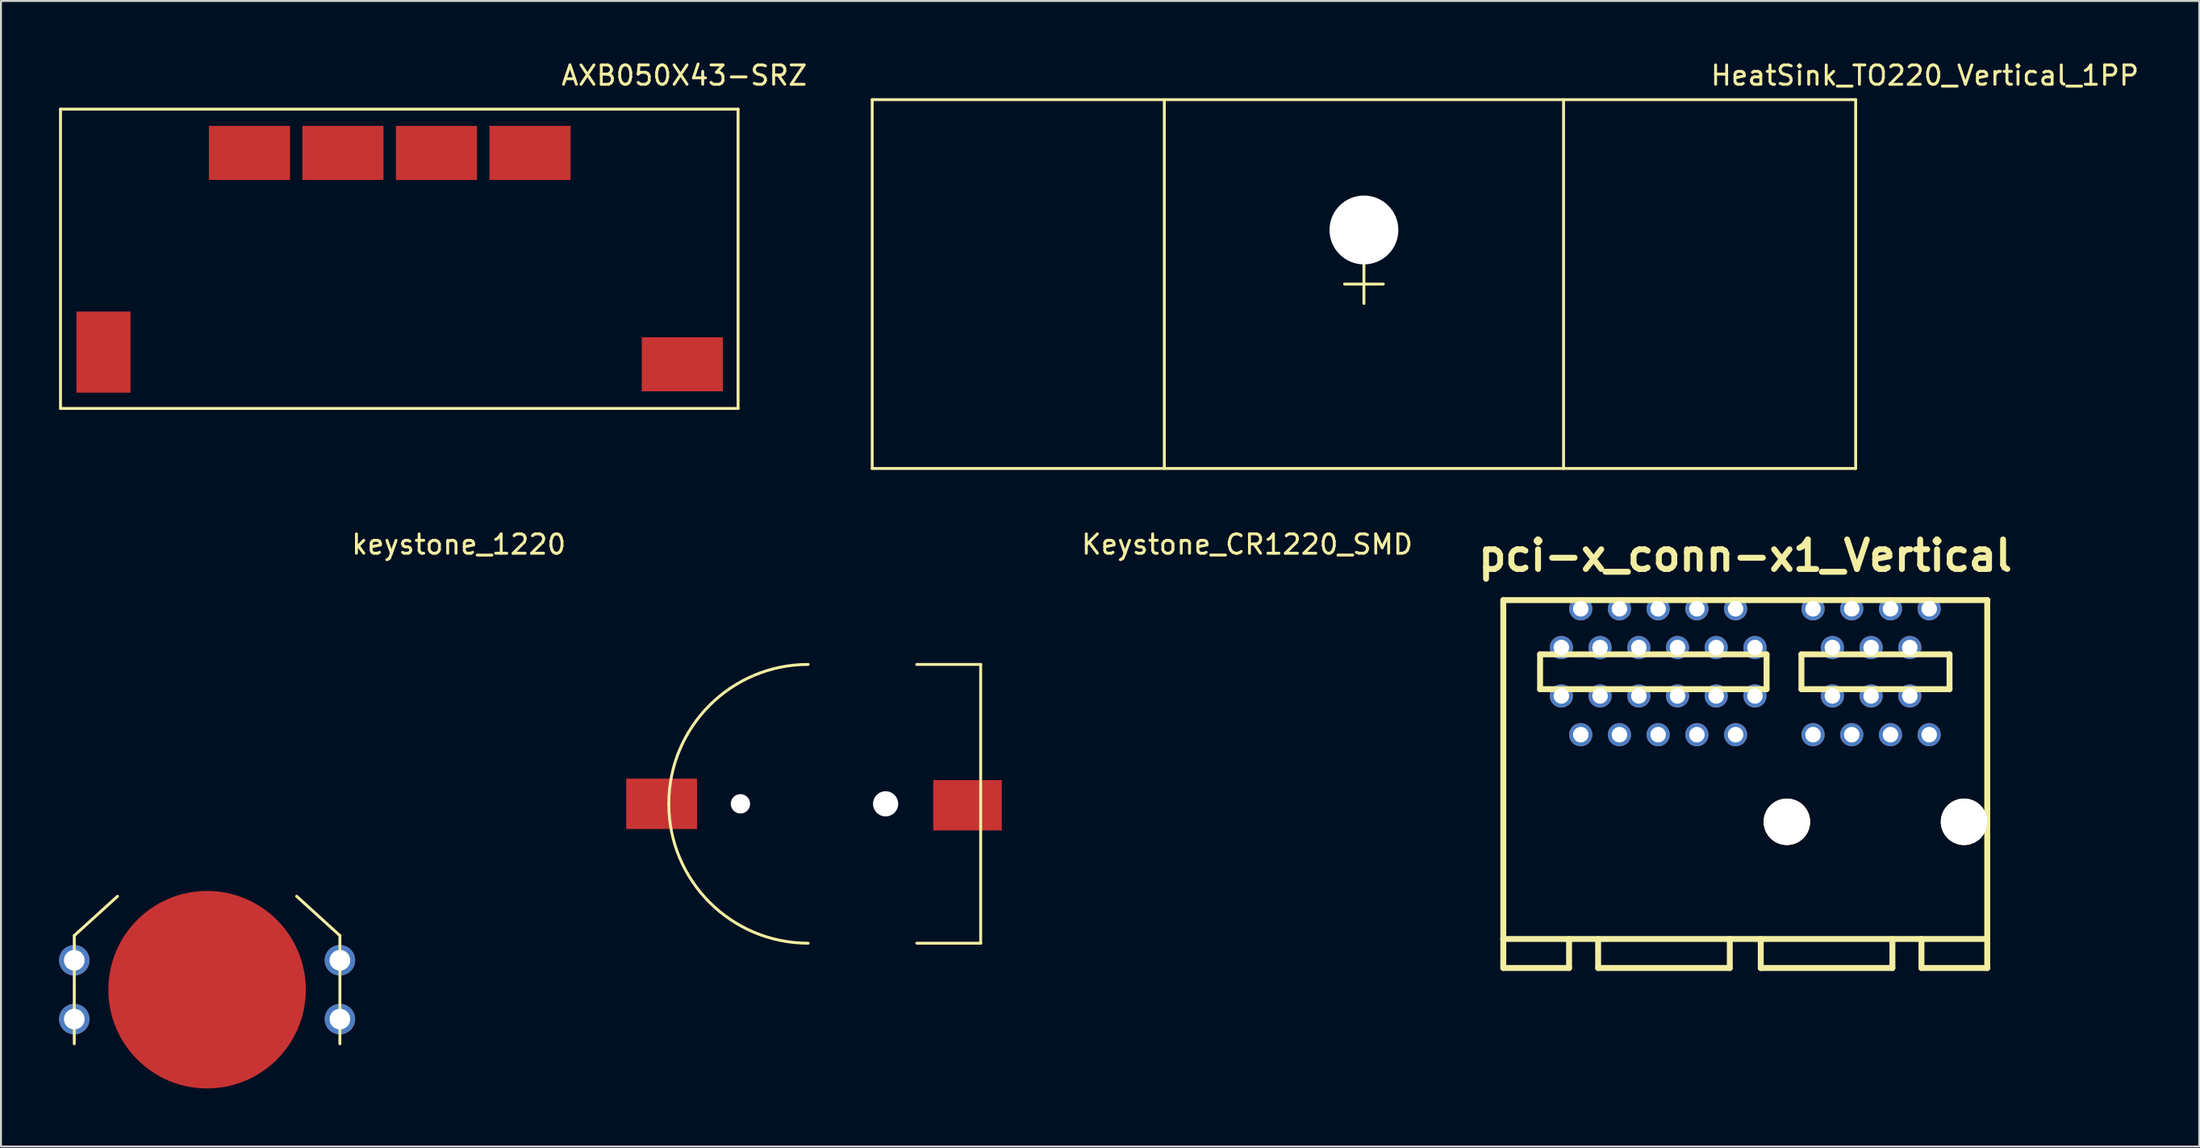
<source format=kicad_pcb>
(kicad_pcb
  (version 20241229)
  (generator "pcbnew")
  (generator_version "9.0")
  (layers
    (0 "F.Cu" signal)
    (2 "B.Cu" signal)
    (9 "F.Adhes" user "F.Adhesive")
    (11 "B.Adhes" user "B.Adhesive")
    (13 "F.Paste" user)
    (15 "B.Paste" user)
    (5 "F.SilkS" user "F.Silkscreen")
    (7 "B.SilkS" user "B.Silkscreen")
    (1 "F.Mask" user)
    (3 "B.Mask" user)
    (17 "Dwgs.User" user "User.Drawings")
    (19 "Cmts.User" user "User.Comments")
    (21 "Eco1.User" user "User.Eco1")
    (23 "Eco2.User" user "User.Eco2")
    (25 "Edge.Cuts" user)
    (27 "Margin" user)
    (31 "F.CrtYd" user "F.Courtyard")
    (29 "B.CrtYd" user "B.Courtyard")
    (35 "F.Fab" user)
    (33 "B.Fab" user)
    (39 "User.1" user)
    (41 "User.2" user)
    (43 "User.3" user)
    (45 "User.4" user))
  (footprint "HeatSink_TO220_Vertical_1PP"
    (layer "F.Cu")
    (at 42.003 2.098)
    (property "Reference" "HeatSink_TO220_Vertical_1PP" (at 54.375 -1.25 0) (layer "F.SilkS") (effects (font (size 1 1) (thickness 0.15))))
    (attr through_hole)
    (fp_line (start 0 0) (end 0 19.05) (stroke (width 0.15) (type solid)) (layer "F.SilkS"))
    (fp_line (start 0 0) (end 50.8 0) (stroke (width 0.15) (type solid)) (layer "F.SilkS"))
    (fp_line (start 0 19.05) (end 50.8 19.05) (stroke (width 0.15) (type solid)) (layer "F.SilkS"))
    (fp_line (start 15.088 0) (end 15.088 19.05) (stroke (width 0.15) (type solid)) (layer "F.SilkS"))
    (fp_line (start 24.4 9.525) (end 26.4 9.525) (stroke (width 0.15) (type solid)) (layer "F.SilkS"))
    (fp_line (start 25.4 8.525) (end 25.4 10.525) (stroke (width 0.15) (type solid)) (layer "F.SilkS"))
    (fp_line (start 35.712 0) (end 35.712 19.05) (stroke (width 0.15) (type solid)) (layer "F.SilkS"))
    (fp_line (start 50.8 0) (end 50.8 19.05) (stroke (width 0.15) (type solid)) (layer "F.SilkS"))
    (pad "" np_thru_hole circle (at 25.4 6.731) (size 3.556 3.556) (drill 3.556) (layers "*.Cu" "*.Mask")))
  (footprint "AXB050X43-SRZ"
    (layer "F.Cu")
    (at 0.295 2.848)
    (property "Reference" "AXB050X43-SRZ" (at 32 -2 0) (layer "F.SilkS") (effects (font (size 1 1) (thickness 0.15))))
    (attr through_hole)
    (fp_line (start -0.22 -0.26) (end -0.22 15.2) (stroke (width 0.15) (type solid)) (layer "F.SilkS"))
    (fp_line (start -0.22 -0.26) (end 34.78 -0.26) (stroke (width 0.15) (type solid)) (layer "F.SilkS"))
    (fp_line (start -0.22 15.2) (end 34.78 15.2) (stroke (width 0.15) (type solid)) (layer "F.SilkS"))
    (fp_line (start 34.78 -0.26) (end 34.78 15.2) (stroke (width 0.15) (type solid)) (layer "F.SilkS"))
    (pad "1" smd rect (at 2 12.29 90) (size 4.19 2.79) (layers "F.Cu" "F.Mask" "F.Paste"))
    (pad "2" smd rect (at 31.9 12.92) (size 4.19 2.79) (layers "F.Cu" "F.Mask" "F.Paste"))
    (pad "3" smd rect (at 24.03 2) (size 4.19 2.79) (layers "F.Cu" "F.Mask" "F.Paste"))
    (pad "4" smd rect (at 19.2 2) (size 4.19 2.79) (layers "F.Cu" "F.Mask" "F.Paste"))
    (pad "5" smd rect (at 14.37 2) (size 4.19 2.79) (layers "F.Cu" "F.Mask" "F.Paste"))
    (pad "6" smd rect (at 9.54 2) (size 4.19 2.79) (layers "F.Cu" "F.Mask" "F.Paste")))
  (footprint "pci-x_conn-x1_Vertical"
    (layer "F.Cu")
    (at 87.101 31.649)
    (property "Reference" "pci-x_conn-x1_Vertical" (at 0 -5.999 0) (layer "F.SilkS") (effects (font (size 1.524 1.524) (thickness 0.305))))
    (attr through_hole)
    (fp_line (start -12.499 -3.701) (end -12.499 13.803) (stroke (width 0.305) (type solid)) (layer "F.SilkS"))
    (fp_line (start -12.499 13.803) (end -12.499 15.301) (stroke (width 0.305) (type solid)) (layer "F.SilkS"))
    (fp_line (start -12.499 13.803) (end 12.499 13.803) (stroke (width 0.305) (type solid)) (layer "F.SilkS"))
    (fp_line (start -12.499 15.301) (end -9.101 15.301) (stroke (width 0.305) (type solid)) (layer "F.SilkS"))
    (fp_line (start -10.599 -0.899) (end -10.599 0.899) (stroke (width 0.305) (type solid)) (layer "F.SilkS"))
    (fp_line (start -9.101 13.803) (end -9.101 15.301) (stroke (width 0.305) (type solid)) (layer "F.SilkS"))
    (fp_line (start -7.6 13.803) (end -7.6 15.301) (stroke (width 0.305) (type solid)) (layer "F.SilkS"))
    (fp_line (start -7.6 15.301) (end -0.8 15.301) (stroke (width 0.305) (type solid)) (layer "F.SilkS"))
    (fp_line (start -0.8 13.803) (end -0.8 15.301) (stroke (width 0.305) (type solid)) (layer "F.SilkS"))
    (fp_line (start 0.8 13.803) (end 0.8 15.301) (stroke (width 0.305) (type solid)) (layer "F.SilkS"))
    (fp_line (start 0.8 15.301) (end 7.6 15.301) (stroke (width 0.305) (type solid)) (layer "F.SilkS"))
    (fp_line (start 1.1 -0.899) (end -10.599 -0.899) (stroke (width 0.305) (type solid)) (layer "F.SilkS"))
    (fp_line (start 1.1 0.899) (end -10.599 0.899) (stroke (width 0.305) (type solid)) (layer "F.SilkS"))
    (fp_line (start 1.1 0.899) (end 1.1 -0.899) (stroke (width 0.305) (type solid)) (layer "F.SilkS"))
    (fp_line (start 2.901 -0.899) (end 10.551 -0.899) (stroke (width 0.305) (type solid)) (layer "F.SilkS"))
    (fp_line (start 2.901 0.899) (end 2.901 -0.899) (stroke (width 0.305) (type solid)) (layer "F.SilkS"))
    (fp_line (start 7.6 13.803) (end 7.6 15.301) (stroke (width 0.305) (type solid)) (layer "F.SilkS"))
    (fp_line (start 9.101 13.803) (end 9.101 15.301) (stroke (width 0.305) (type solid)) (layer "F.SilkS"))
    (fp_line (start 9.101 15.301) (end 12.499 15.301) (stroke (width 0.305) (type solid)) (layer "F.SilkS"))
    (fp_line (start 10.551 -0.899) (end 10.551 0.899) (stroke (width 0.305) (type solid)) (layer "F.SilkS"))
    (fp_line (start 10.551 0.899) (end 2.901 0.899) (stroke (width 0.305) (type solid)) (layer "F.SilkS"))
    (fp_line (start 12.499 -3.701) (end -12.499 -3.701) (stroke (width 0.305) (type solid)) (layer "F.SilkS"))
    (fp_line (start 12.499 -3.701) (end 12.499 13.803) (stroke (width 0.305) (type solid)) (layer "F.SilkS"))
    (fp_line (start 12.499 13.803) (end 12.499 15.301) (stroke (width 0.305) (type solid)) (layer "F.SilkS"))
    (pad "" np_thru_hole circle (at 2.149 7.751) (size 2.4 2.4) (drill 2.4) (layers "*.Cu" "F.SilkS"))
    (pad "" np_thru_hole circle (at 11.3 7.751) (size 2.4 2.4) (drill 2.4) (layers "*.Cu" "F.SilkS"))
    (pad "A1" thru_hole circle (at -9.5 -1.25) (size 1.199 1.199) (drill 0.8) (layers "*.Cu" "*.Mask"))
    (pad "A2" thru_hole circle (at -8.499 -3.251) (size 1.199 1.199) (drill 0.8) (layers "*.Cu" "*.Mask"))
    (pad "A3" thru_hole circle (at -7.501 -1.25) (size 1.199 1.199) (drill 0.8) (layers "*.Cu" "*.Mask"))
    (pad "A4" thru_hole circle (at -6.5 -3.251) (size 1.199 1.199) (drill 0.8) (layers "*.Cu" "*.Mask"))
    (pad "A5" thru_hole circle (at -5.499 -1.25) (size 1.199 1.199) (drill 0.8) (layers "*.Cu" "*.Mask"))
    (pad "A6" thru_hole circle (at -4.501 -3.251) (size 1.199 1.199) (drill 0.8) (layers "*.Cu" "*.Mask"))
    (pad "A7" thru_hole circle (at -3.5 -1.25) (size 1.199 1.199) (drill 0.8) (layers "*.Cu" "*.Mask"))
    (pad "A8" thru_hole circle (at -2.499 -3.251) (size 1.199 1.199) (drill 0.8) (layers "*.Cu" "*.Mask"))
    (pad "A9" thru_hole circle (at -1.501 -1.25) (size 1.199 1.199) (drill 0.8) (layers "*.Cu" "*.Mask"))
    (pad "A10" thru_hole circle (at -0.5 -3.251) (size 1.199 1.199) (drill 0.8) (layers "*.Cu" "*.Mask"))
    (pad "A11" thru_hole circle (at 0.5 -1.25) (size 1.199 1.199) (drill 0.8) (layers "*.Cu" "*.Mask"))
    (pad "A12" thru_hole circle (at 3.5 -3.251) (size 1.199 1.199) (drill 0.8) (layers "*.Cu" "*.Mask"))
    (pad "A13" thru_hole circle (at 4.501 -1.25) (size 1.199 1.199) (drill 0.8) (layers "*.Cu" "*.Mask"))
    (pad "A14" thru_hole circle (at 5.499 -3.251) (size 1.199 1.199) (drill 0.8) (layers "*.Cu" "*.Mask"))
    (pad "A15" thru_hole circle (at 6.5 -1.25) (size 1.199 1.199) (drill 0.8) (layers "*.Cu" "*.Mask"))
    (pad "A16" thru_hole circle (at 7.501 -3.251) (size 1.199 1.199) (drill 0.8) (layers "*.Cu" "*.Mask"))
    (pad "A17" thru_hole circle (at 8.499 -1.25) (size 1.199 1.199) (drill 0.8) (layers "*.Cu" "*.Mask"))
    (pad "A18" thru_hole circle (at 9.5 -3.251) (size 1.199 1.199) (drill 0.8) (layers "*.Cu" "*.Mask"))
    (pad "B1" thru_hole circle (at -9.5 1.25) (size 1.199 1.199) (drill 0.8) (layers "*.Cu" "*.Mask"))
    (pad "B2" thru_hole circle (at -8.499 3.251) (size 1.199 1.199) (drill 0.8) (layers "*.Cu" "*.Mask"))
    (pad "B3" thru_hole circle (at -7.501 1.25) (size 1.199 1.199) (drill 0.8) (layers "*.Cu" "*.Mask"))
    (pad "B4" thru_hole circle (at -6.5 3.251) (size 1.199 1.199) (drill 0.8) (layers "*.Cu" "*.Mask"))
    (pad "B5" thru_hole circle (at -5.499 1.25) (size 1.199 1.199) (drill 0.8) (layers "*.Cu" "*.Mask"))
    (pad "B6" thru_hole circle (at -4.501 3.251) (size 1.199 1.199) (drill 0.8) (layers "*.Cu" "*.Mask"))
    (pad "B7" thru_hole circle (at -3.5 1.25) (size 1.199 1.199) (drill 0.8) (layers "*.Cu" "*.Mask"))
    (pad "B8" thru_hole circle (at -2.499 3.251) (size 1.199 1.199) (drill 0.8) (layers "*.Cu" "*.Mask"))
    (pad "B9" thru_hole circle (at -1.501 1.25) (size 1.199 1.199) (drill 0.8) (layers "*.Cu" "*.Mask"))
    (pad "B10" thru_hole circle (at -0.5 3.251) (size 1.199 1.199) (drill 0.8) (layers "*.Cu" "*.Mask"))
    (pad "B11" thru_hole circle (at 0.5 1.25) (size 1.199 1.199) (drill 0.8) (layers "*.Cu" "*.Mask"))
    (pad "B12" thru_hole circle (at 3.5 3.251) (size 1.199 1.199) (drill 0.8) (layers "*.Cu" "*.Mask"))
    (pad "B13" thru_hole circle (at 4.501 1.25) (size 1.199 1.199) (drill 0.8) (layers "*.Cu" "*.Mask"))
    (pad "B14" thru_hole circle (at 5.499 3.251) (size 1.199 1.199) (drill 0.8) (layers "*.Cu" "*.Mask"))
    (pad "B15" thru_hole circle (at 6.5 1.25) (size 1.199 1.199) (drill 0.8) (layers "*.Cu" "*.Mask"))
    (pad "B16" thru_hole circle (at 7.501 3.251) (size 1.199 1.199) (drill 0.8) (layers "*.Cu" "*.Mask"))
    (pad "B17" thru_hole circle (at 8.499 1.25) (size 1.199 1.199) (drill 0.8) (layers "*.Cu" "*.Mask"))
    (pad "B18" thru_hole circle (at 9.5 3.251) (size 1.199 1.199) (drill 0.8) (layers "*.Cu" "*.Mask")))
  (footprint "Keystone_CR1220_SMD"
    (layer "F.Cu")
    (at 38.696 38.471)
    (property "Reference" "Keystone_CR1220_SMD" (at 22.675 -13.4 0) (layer "F.SilkS") (effects (font (size 1 1) (thickness 0.15))))
    (attr through_hole)
    (fp_line (start 5.61 -7.2) (end 8.91 -7.2) (stroke (width 0.15) (type solid)) (layer "F.SilkS"))
    (fp_line (start 5.61 7.2) (end 8.91 7.2) (stroke (width 0.15) (type solid)) (layer "F.SilkS"))
    (fp_line (start 8.91 -7.2) (end 8.91 7.2) (stroke (width 0.15) (type solid)) (layer "F.SilkS"))
    (fp_arc (start -7.2 0) (mid -5.091169 -5.091169) (end 0 -7.2) (stroke (width 0.15) (type solid)) (layer "F.SilkS"))
    (fp_arc (start 0 7.2) (mid -5.091169 5.091169) (end -7.2 0) (stroke (width 0.15) (type solid)) (layer "F.SilkS"))
    (pad "" np_thru_hole circle (at -3.5 0) (size 1 1) (drill 1) (layers "*.Cu" "*.Mask"))
    (pad "" np_thru_hole circle (at 4 0) (size 1.3 1.3) (drill 1.3) (layers "*.Cu" "*.Mask"))
    (pad "1" smd rect (at -7.57 0) (size 3.66 2.6) (layers "F.Cu" "F.Mask" "F.Paste"))
    (pad "2" smd rect (at 8.23 0.075) (size 3.54 2.6) (layers "F.Cu" "F.Mask" "F.Paste")))
  (footprint "keystone_1220"
    (layer "F.Cu")
    (at 7.647 48.072)
    (property "Reference" "keystone_1220" (at 13 -23 0) (layer "F.SilkS") (effects (font (size 1 1) (thickness 0.15))))
    (attr through_hole)
    (fp_line (start -6.86 -2.795) (end -6.86 2.795) (stroke (width 0.15) (type solid)) (layer "F.SilkS"))
    (fp_line (start -6.86 -2.795) (end -4.627 -4.825) (stroke (width 0.15) (type solid)) (layer "F.SilkS"))
    (fp_line (start 6.86 -2.795) (end 4.627 -4.825) (stroke (width 0.15) (type solid)) (layer "F.SilkS"))
    (fp_line (start 6.86 -2.795) (end 6.86 2.795) (stroke (width 0.15) (type solid)) (layer "F.SilkS"))
    (pad "1" smd circle (at 0 0) (size 10.2 10.2) (layers "F.Cu" "F.Mask" "F.Paste"))
    (pad "2" thru_hole circle (at -6.86 -1.52) (size 1.575 1.575) (drill 1.067) (layers "*.Cu" "*.Mask"))
    (pad "2" thru_hole circle (at -6.86 1.52) (size 1.575 1.575) (drill 1.067) (layers "*.Cu" "*.Mask"))
    (pad "2" thru_hole circle (at 6.86 -1.52) (size 1.575 1.575) (drill 1.067) (layers "*.Cu" "*.Mask"))
    (pad "2" thru_hole circle (at 6.86 1.52) (size 1.575 1.575) (drill 1.067) (layers "*.Cu" "*.Mask")))
  (gr_rect
    (start -3 -3)
    (end 110.551 56.172)
    (stroke (width 0.1) (type default))
    (fill no)
    (layer "Edge.Cuts")))
</source>
